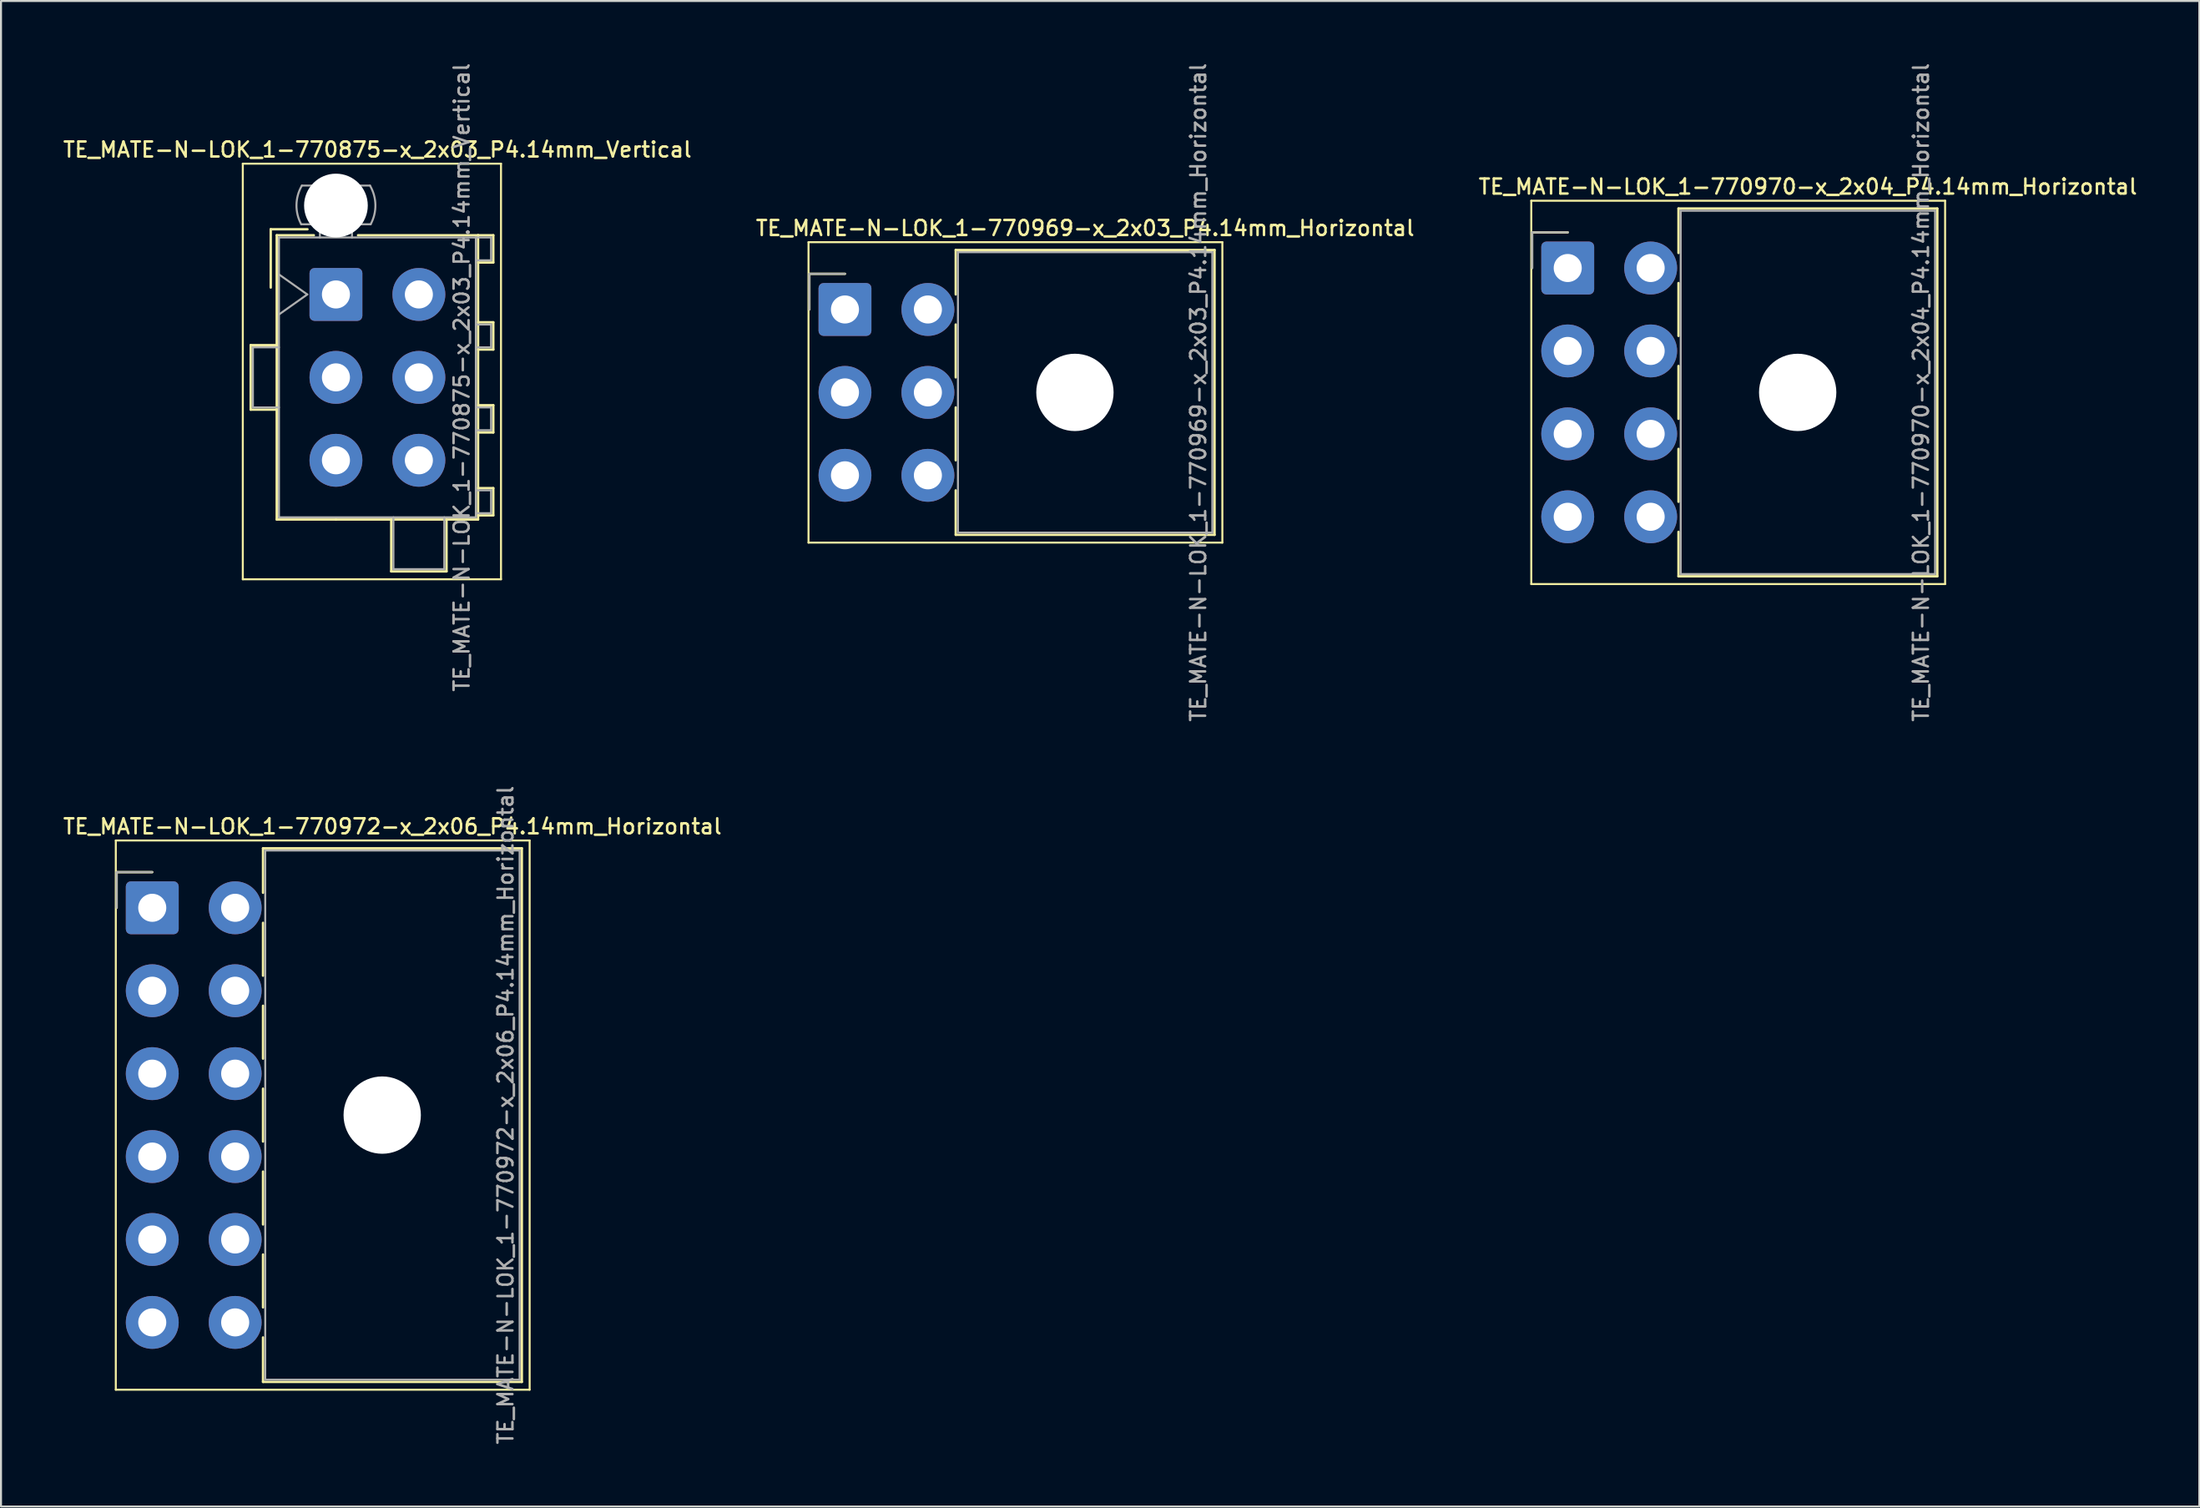
<source format=kicad_pcb>
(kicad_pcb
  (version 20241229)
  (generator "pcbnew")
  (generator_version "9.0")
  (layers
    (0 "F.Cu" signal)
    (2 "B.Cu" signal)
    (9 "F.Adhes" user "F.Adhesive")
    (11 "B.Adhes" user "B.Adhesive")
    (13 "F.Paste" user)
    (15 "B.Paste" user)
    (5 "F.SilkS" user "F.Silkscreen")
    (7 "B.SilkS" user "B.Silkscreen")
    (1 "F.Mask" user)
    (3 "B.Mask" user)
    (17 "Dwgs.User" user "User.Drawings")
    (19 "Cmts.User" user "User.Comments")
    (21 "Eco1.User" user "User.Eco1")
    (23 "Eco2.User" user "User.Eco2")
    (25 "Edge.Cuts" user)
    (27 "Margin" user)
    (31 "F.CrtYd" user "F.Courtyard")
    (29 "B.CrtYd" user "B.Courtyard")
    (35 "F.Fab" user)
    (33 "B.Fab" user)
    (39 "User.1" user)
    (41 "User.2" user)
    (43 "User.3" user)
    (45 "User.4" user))
  (footprint "TE_MATE-N-LOK_1-770972-x_2x06_P4.14mm_Horizontal"
    (layer "F.Cu")
    (at 4.551 42.273)
    (property "Reference" "TE_MATE-N-LOK_1-770972-x_2x06_P4.14mm_Horizontal" (at 11.99 -4.06 0) (layer "F.SilkS") (effects (font (size 0.75 0.75) (thickness 0.125))))
    (attr through_hole)
    (fp_line (start -1.82 -3.36) (end -1.82 24.06) (stroke (width 0.1) (type solid)) (layer "F.SilkS"))
    (fp_line (start -1.82 24.06) (end 18.84 24.06) (stroke (width 0.1) (type solid)) (layer "F.SilkS"))
    (fp_line (start -1.78 -1.78) (end -1.78 0) (stroke (width 0.12) (type solid)) (layer "F.SilkS"))
    (fp_line (start 0 -1.78) (end -1.78 -1.78) (stroke (width 0.12) (type solid)) (layer "F.SilkS"))
    (fp_line (start 5.53 -2.97) (end 18.45 -2.97) (stroke (width 0.12) (type solid)) (layer "F.SilkS"))
    (fp_line (start 5.53 -0.751) (end 5.53 -2.97) (stroke (width 0.12) (type solid)) (layer "F.SilkS"))
    (fp_line (start 5.53 0.751) (end 5.53 3.389) (stroke (width 0.12) (type solid)) (layer "F.SilkS"))
    (fp_line (start 5.53 4.891) (end 5.53 7.529) (stroke (width 0.12) (type solid)) (layer "F.SilkS"))
    (fp_line (start 5.53 9.031) (end 5.53 11.669) (stroke (width 0.12) (type solid)) (layer "F.SilkS"))
    (fp_line (start 5.53 13.171) (end 5.53 15.809) (stroke (width 0.12) (type solid)) (layer "F.SilkS"))
    (fp_line (start 5.53 17.311) (end 5.53 19.949) (stroke (width 0.12) (type solid)) (layer "F.SilkS"))
    (fp_line (start 5.53 23.67) (end 5.53 21.451) (stroke (width 0.12) (type solid)) (layer "F.SilkS"))
    (fp_line (start 18.45 -2.97) (end 18.45 23.67) (stroke (width 0.12) (type solid)) (layer "F.SilkS"))
    (fp_line (start 18.45 23.67) (end 5.53 23.67) (stroke (width 0.12) (type solid)) (layer "F.SilkS"))
    (fp_line (start 18.84 -3.36) (end -1.82 -3.36) (stroke (width 0.1) (type solid)) (layer "F.SilkS"))
    (fp_line (start 18.84 24.06) (end 18.84 -3.36) (stroke (width 0.1) (type solid)) (layer "F.SilkS"))
    (fp_line (start -1.78 -1.78) (end -1.78 0) (stroke (width 0.1) (type solid)) (layer "F.Fab"))
    (fp_line (start 0 -1.78) (end -1.78 -1.78) (stroke (width 0.1) (type solid)) (layer "F.Fab"))
    (fp_line (start 5.64 -2.86) (end 5.64 23.56) (stroke (width 0.1) (type solid)) (layer "F.Fab"))
    (fp_line (start 5.64 23.56) (end 18.34 23.56) (stroke (width 0.1) (type solid)) (layer "F.Fab"))
    (fp_line (start 18.34 -2.86) (end 5.64 -2.86) (stroke (width 0.1) (type solid)) (layer "F.Fab"))
    (fp_line (start 18.34 23.56) (end 18.34 -2.86) (stroke (width 0.1) (type solid)) (layer "F.Fab"))
    (fp_text user "${REFERENCE}" (at 17.64 10.35 90) (layer "F.Fab") (effects (font (size 0.75 0.75) (thickness 0.125))))
    (pad "" np_thru_hole circle (at 11.48 10.35) (size 3.86 3.86) (drill 3.86) (layers "*.Cu" "*.Mask"))
    (pad "1" thru_hole roundrect (at 0 0) (size 2.64 2.64) (drill 1.4) (layers "*.Cu" "*.Mask") (roundrect_rratio 0.095))
    (pad "2" thru_hole circle (at 0 4.14) (size 2.64 2.64) (drill 1.4) (layers "*.Cu" "*.Mask"))
    (pad "3" thru_hole circle (at 0 8.28) (size 2.64 2.64) (drill 1.4) (layers "*.Cu" "*.Mask"))
    (pad "4" thru_hole circle (at 0 12.42) (size 2.64 2.64) (drill 1.4) (layers "*.Cu" "*.Mask"))
    (pad "5" thru_hole circle (at 0 16.56) (size 2.64 2.64) (drill 1.4) (layers "*.Cu" "*.Mask"))
    (pad "6" thru_hole circle (at 0 20.7) (size 2.64 2.64) (drill 1.4) (layers "*.Cu" "*.Mask"))
    (pad "7" thru_hole circle (at 4.14 0) (size 2.64 2.64) (drill 1.4) (layers "*.Cu" "*.Mask"))
    (pad "8" thru_hole circle (at 4.14 4.14) (size 2.64 2.64) (drill 1.4) (layers "*.Cu" "*.Mask"))
    (pad "9" thru_hole circle (at 4.14 8.28) (size 2.64 2.64) (drill 1.4) (layers "*.Cu" "*.Mask"))
    (pad "10" thru_hole circle (at 4.14 12.42) (size 2.64 2.64) (drill 1.4) (layers "*.Cu" "*.Mask"))
    (pad "11" thru_hole circle (at 4.14 16.56) (size 2.64 2.64) (drill 1.4) (layers "*.Cu" "*.Mask"))
    (pad "12" thru_hole circle (at 4.14 20.7) (size 2.64 2.64) (drill 1.4) (layers "*.Cu" "*.Mask")))
  (footprint "TE_MATE-N-LOK_1-770875-x_2x03_P4.14mm_Vertical"
    (layer "F.Cu")
    (at 13.721 11.651)
    (property "Reference" "TE_MATE-N-LOK_1-770875-x_2x03_P4.14mm_Vertical" (at 2.07 -7.23 0) (layer "F.SilkS") (effects (font (size 0.75 0.75) (thickness 0.125))))
    (attr through_hole)
    (fp_line (start -4.65 -6.53) (end -4.65 14.22) (stroke (width 0.1) (type solid)) (layer "F.SilkS"))
    (fp_line (start -4.65 14.22) (end 8.24 14.22) (stroke (width 0.1) (type solid)) (layer "F.SilkS"))
    (fp_line (start -4.255 2.53) (end -4.255 5.75) (stroke (width 0.12) (type solid)) (layer "F.SilkS"))
    (fp_line (start -4.255 5.75) (end -2.955 5.75) (stroke (width 0.12) (type solid)) (layer "F.SilkS"))
    (fp_line (start -3.255 -3.255) (end -3.255 -0.345) (stroke (width 0.12) (type solid)) (layer "F.SilkS"))
    (fp_line (start -2.955 -2.955) (end -2.955 11.235) (stroke (width 0.12) (type solid)) (layer "F.SilkS"))
    (fp_line (start -2.955 2.53) (end -4.255 2.53) (stroke (width 0.12) (type solid)) (layer "F.SilkS"))
    (fp_line (start -2.955 11.235) (end 0 11.235) (stroke (width 0.12) (type solid)) (layer "F.SilkS"))
    (fp_line (start -1.421 -3.255) (end -3.255 -3.255) (stroke (width 0.12) (type solid)) (layer "F.SilkS"))
    (fp_line (start -1.103 -2.955) (end -2.955 -2.955) (stroke (width 0.12) (type solid)) (layer "F.SilkS"))
    (fp_line (start 1.103 -2.955) (end 7.095 -2.955) (stroke (width 0.12) (type solid)) (layer "F.SilkS"))
    (fp_line (start 2.76 11.235) (end 2.76 13.826) (stroke (width 0.12) (type solid)) (layer "F.SilkS"))
    (fp_line (start 2.76 13.826) (end 5.52 13.826) (stroke (width 0.12) (type solid)) (layer "F.SilkS"))
    (fp_line (start 5.52 13.826) (end 5.52 11.235) (stroke (width 0.12) (type solid)) (layer "F.SilkS"))
    (fp_line (start 7.095 -2.955) (end 7.095 11.235) (stroke (width 0.12) (type solid)) (layer "F.SilkS"))
    (fp_line (start 7.095 -2.955) (end 7.855 -2.955) (stroke (width 0.12) (type solid)) (layer "F.SilkS"))
    (fp_line (start 7.095 1.39) (end 7.855 1.39) (stroke (width 0.12) (type solid)) (layer "F.SilkS"))
    (fp_line (start 7.095 5.53) (end 7.855 5.53) (stroke (width 0.12) (type solid)) (layer "F.SilkS"))
    (fp_line (start 7.095 9.67) (end 7.855 9.67) (stroke (width 0.12) (type solid)) (layer "F.SilkS"))
    (fp_line (start 7.095 11.235) (end 0 11.235) (stroke (width 0.12) (type solid)) (layer "F.SilkS"))
    (fp_line (start 7.855 -2.955) (end 7.855 -1.595) (stroke (width 0.12) (type solid)) (layer "F.SilkS"))
    (fp_line (start 7.855 -1.595) (end 7.095 -1.595) (stroke (width 0.12) (type solid)) (layer "F.SilkS"))
    (fp_line (start 7.855 1.39) (end 7.855 2.75) (stroke (width 0.12) (type solid)) (layer "F.SilkS"))
    (fp_line (start 7.855 2.75) (end 7.095 2.75) (stroke (width 0.12) (type solid)) (layer "F.SilkS"))
    (fp_line (start 7.855 5.53) (end 7.855 6.89) (stroke (width 0.12) (type solid)) (layer "F.SilkS"))
    (fp_line (start 7.855 6.89) (end 7.095 6.89) (stroke (width 0.12) (type solid)) (layer "F.SilkS"))
    (fp_line (start 7.855 9.67) (end 7.855 11.03) (stroke (width 0.12) (type solid)) (layer "F.SilkS"))
    (fp_line (start 7.855 11.03) (end 7.095 11.03) (stroke (width 0.12) (type solid)) (layer "F.SilkS"))
    (fp_line (start 8.24 -6.53) (end -4.65 -6.53) (stroke (width 0.1) (type solid)) (layer "F.SilkS"))
    (fp_line (start 8.24 14.22) (end 8.24 -6.53) (stroke (width 0.1) (type solid)) (layer "F.SilkS"))
    (fp_line (start -4.145 2.64) (end -4.145 5.64) (stroke (width 0.1) (type solid)) (layer "F.Fab"))
    (fp_line (start -4.145 5.64) (end -2.845 5.64) (stroke (width 0.1) (type solid)) (layer "F.Fab"))
    (fp_line (start -2.845 -2.845) (end -2.845 11.125) (stroke (width 0.1) (type solid)) (layer "F.Fab"))
    (fp_line (start -2.845 -1) (end -1.431 0) (stroke (width 0.1) (type solid)) (layer "F.Fab"))
    (fp_line (start -2.845 2.64) (end -4.145 2.64) (stroke (width 0.1) (type solid)) (layer "F.Fab"))
    (fp_line (start -2.845 11.125) (end 6.985 11.125) (stroke (width 0.1) (type solid)) (layer "F.Fab"))
    (fp_line (start -1.431 0) (end -2.845 1) (stroke (width 0.1) (type solid)) (layer "F.Fab"))
    (fp_line (start -0.8 -2.845) (end -0.8 -3.505) (stroke (width 0.1) (type solid)) (layer "F.Fab"))
    (fp_line (start 0.8 -2.845) (end 0.8 -3.505) (stroke (width 0.1) (type solid)) (layer "F.Fab"))
    (fp_line (start 1.7 -5.436) (end -1.7 -5.436) (stroke (width 0.1) (type solid)) (layer "F.Fab"))
    (fp_line (start 1.734 -3.505) (end -1.734 -3.505) (stroke (width 0.1) (type solid)) (layer "F.Fab"))
    (fp_line (start 2.87 11.125) (end 2.87 13.716) (stroke (width 0.1) (type solid)) (layer "F.Fab"))
    (fp_line (start 2.87 13.716) (end 5.41 13.716) (stroke (width 0.1) (type solid)) (layer "F.Fab"))
    (fp_line (start 5.41 13.716) (end 5.41 11.125) (stroke (width 0.1) (type solid)) (layer "F.Fab"))
    (fp_line (start 6.985 -2.845) (end -2.845 -2.845) (stroke (width 0.1) (type solid)) (layer "F.Fab"))
    (fp_line (start 6.985 -2.845) (end 7.745 -2.845) (stroke (width 0.1) (type solid)) (layer "F.Fab"))
    (fp_line (start 6.985 1.5) (end 7.745 1.5) (stroke (width 0.1) (type solid)) (layer "F.Fab"))
    (fp_line (start 6.985 5.64) (end 7.745 5.64) (stroke (width 0.1) (type solid)) (layer "F.Fab"))
    (fp_line (start 6.985 9.78) (end 7.745 9.78) (stroke (width 0.1) (type solid)) (layer "F.Fab"))
    (fp_line (start 6.985 11.125) (end 6.985 -2.845) (stroke (width 0.1) (type solid)) (layer "F.Fab"))
    (fp_line (start 7.745 -2.845) (end 7.745 -1.705) (stroke (width 0.1) (type solid)) (layer "F.Fab"))
    (fp_line (start 7.745 -1.705) (end 6.985 -1.705) (stroke (width 0.1) (type solid)) (layer "F.Fab"))
    (fp_line (start 7.745 1.5) (end 7.745 2.64) (stroke (width 0.1) (type solid)) (layer "F.Fab"))
    (fp_line (start 7.745 2.64) (end 6.985 2.64) (stroke (width 0.1) (type solid)) (layer "F.Fab"))
    (fp_line (start 7.745 5.64) (end 7.745 6.78) (stroke (width 0.1) (type solid)) (layer "F.Fab"))
    (fp_line (start 7.745 6.78) (end 6.985 6.78) (stroke (width 0.1) (type solid)) (layer "F.Fab"))
    (fp_line (start 7.745 9.78) (end 7.745 10.92) (stroke (width 0.1) (type solid)) (layer "F.Fab"))
    (fp_line (start 7.745 10.92) (end 6.985 10.92) (stroke (width 0.1) (type solid)) (layer "F.Fab"))
    (fp_arc (start -1.733977 -3.505) (mid -1.96969 -4.474992) (end -1.699672 -5.436) (stroke (width 0.1) (type solid)) (layer "F.Fab"))
    (fp_arc (start 1.699672 -5.436) (mid 1.969689 -4.474992) (end 1.733977 -3.505) (stroke (width 0.1) (type solid)) (layer "F.Fab"))
    (fp_text user "${REFERENCE}" (at 6.28 4.14 90) (layer "F.Fab") (effects (font (size 0.75 0.75) (thickness 0.125))))
    (pad "" np_thru_hole circle (at 0 -4.44) (size 3.18 3.18) (drill 3.18) (layers "*.Cu" "*.Mask"))
    (pad "1" thru_hole roundrect (at 0 0) (size 2.64 2.64) (drill 1.4) (layers "*.Cu" "*.Mask") (roundrect_rratio 0.095))
    (pad "2" thru_hole circle (at 0 4.14) (size 2.64 2.64) (drill 1.4) (layers "*.Cu" "*.Mask"))
    (pad "3" thru_hole circle (at 0 8.28) (size 2.64 2.64) (drill 1.4) (layers "*.Cu" "*.Mask"))
    (pad "4" thru_hole circle (at 4.14 0) (size 2.64 2.64) (drill 1.4) (layers "*.Cu" "*.Mask"))
    (pad "5" thru_hole circle (at 4.14 4.14) (size 2.64 2.64) (drill 1.4) (layers "*.Cu" "*.Mask"))
    (pad "6" thru_hole circle (at 4.14 8.28) (size 2.64 2.64) (drill 1.4) (layers "*.Cu" "*.Mask")))
  (footprint "TE_MATE-N-LOK_1-770969-x_2x03_P4.14mm_Horizontal"
    (layer "F.Cu")
    (at 39.133 12.401)
    (property "Reference" "TE_MATE-N-LOK_1-770969-x_2x03_P4.14mm_Horizontal" (at 11.99 -4.06 0) (layer "F.SilkS") (effects (font (size 0.75 0.75) (thickness 0.125))))
    (attr through_hole)
    (fp_line (start -1.82 -3.36) (end -1.82 11.64) (stroke (width 0.1) (type solid)) (layer "F.SilkS"))
    (fp_line (start -1.82 11.64) (end 18.84 11.64) (stroke (width 0.1) (type solid)) (layer "F.SilkS"))
    (fp_line (start -1.78 -1.78) (end -1.78 0) (stroke (width 0.12) (type solid)) (layer "F.SilkS"))
    (fp_line (start 0 -1.78) (end -1.78 -1.78) (stroke (width 0.12) (type solid)) (layer "F.SilkS"))
    (fp_line (start 5.53 -2.97) (end 18.45 -2.97) (stroke (width 0.12) (type solid)) (layer "F.SilkS"))
    (fp_line (start 5.53 -0.751) (end 5.53 -2.97) (stroke (width 0.12) (type solid)) (layer "F.SilkS"))
    (fp_line (start 5.53 0.751) (end 5.53 3.389) (stroke (width 0.12) (type solid)) (layer "F.SilkS"))
    (fp_line (start 5.53 4.891) (end 5.53 7.529) (stroke (width 0.12) (type solid)) (layer "F.SilkS"))
    (fp_line (start 5.53 11.25) (end 5.53 9.031) (stroke (width 0.12) (type solid)) (layer "F.SilkS"))
    (fp_line (start 18.45 -2.97) (end 18.45 11.25) (stroke (width 0.12) (type solid)) (layer "F.SilkS"))
    (fp_line (start 18.45 11.25) (end 5.53 11.25) (stroke (width 0.12) (type solid)) (layer "F.SilkS"))
    (fp_line (start 18.84 -3.36) (end -1.82 -3.36) (stroke (width 0.1) (type solid)) (layer "F.SilkS"))
    (fp_line (start 18.84 11.64) (end 18.84 -3.36) (stroke (width 0.1) (type solid)) (layer "F.SilkS"))
    (fp_line (start -1.78 -1.78) (end -1.78 0) (stroke (width 0.1) (type solid)) (layer "F.Fab"))
    (fp_line (start 0 -1.78) (end -1.78 -1.78) (stroke (width 0.1) (type solid)) (layer "F.Fab"))
    (fp_line (start 5.64 -2.86) (end 5.64 11.14) (stroke (width 0.1) (type solid)) (layer "F.Fab"))
    (fp_line (start 5.64 11.14) (end 18.34 11.14) (stroke (width 0.1) (type solid)) (layer "F.Fab"))
    (fp_line (start 18.34 -2.86) (end 5.64 -2.86) (stroke (width 0.1) (type solid)) (layer "F.Fab"))
    (fp_line (start 18.34 11.14) (end 18.34 -2.86) (stroke (width 0.1) (type solid)) (layer "F.Fab"))
    (fp_text user "${REFERENCE}" (at 17.64 4.14 90) (layer "F.Fab") (effects (font (size 0.75 0.75) (thickness 0.125))))
    (pad "" np_thru_hole circle (at 11.48 4.14) (size 3.86 3.86) (drill 3.86) (layers "*.Cu" "*.Mask"))
    (pad "1" thru_hole roundrect (at 0 0) (size 2.64 2.64) (drill 1.4) (layers "*.Cu" "*.Mask") (roundrect_rratio 0.095))
    (pad "2" thru_hole circle (at 0 4.14) (size 2.64 2.64) (drill 1.4) (layers "*.Cu" "*.Mask"))
    (pad "3" thru_hole circle (at 0 8.28) (size 2.64 2.64) (drill 1.4) (layers "*.Cu" "*.Mask"))
    (pad "4" thru_hole circle (at 4.14 0) (size 2.64 2.64) (drill 1.4) (layers "*.Cu" "*.Mask"))
    (pad "5" thru_hole circle (at 4.14 4.14) (size 2.64 2.64) (drill 1.4) (layers "*.Cu" "*.Mask"))
    (pad "6" thru_hole circle (at 4.14 8.28) (size 2.64 2.64) (drill 1.4) (layers "*.Cu" "*.Mask")))
  (footprint "TE_MATE-N-LOK_1-770970-x_2x04_P4.14mm_Horizontal"
    (layer "F.Cu")
    (at 75.215 10.331)
    (property "Reference" "TE_MATE-N-LOK_1-770970-x_2x04_P4.14mm_Horizontal" (at 11.99 -4.06 0) (layer "F.SilkS") (effects (font (size 0.75 0.75) (thickness 0.125))))
    (attr through_hole)
    (fp_line (start -1.82 -3.36) (end -1.82 15.78) (stroke (width 0.1) (type solid)) (layer "F.SilkS"))
    (fp_line (start -1.82 15.78) (end 18.84 15.78) (stroke (width 0.1) (type solid)) (layer "F.SilkS"))
    (fp_line (start -1.78 -1.78) (end -1.78 0) (stroke (width 0.12) (type solid)) (layer "F.SilkS"))
    (fp_line (start 0 -1.78) (end -1.78 -1.78) (stroke (width 0.12) (type solid)) (layer "F.SilkS"))
    (fp_line (start 5.53 -2.97) (end 18.45 -2.97) (stroke (width 0.12) (type solid)) (layer "F.SilkS"))
    (fp_line (start 5.53 -0.751) (end 5.53 -2.97) (stroke (width 0.12) (type solid)) (layer "F.SilkS"))
    (fp_line (start 5.53 0.751) (end 5.53 3.389) (stroke (width 0.12) (type solid)) (layer "F.SilkS"))
    (fp_line (start 5.53 4.891) (end 5.53 7.529) (stroke (width 0.12) (type solid)) (layer "F.SilkS"))
    (fp_line (start 5.53 9.031) (end 5.53 11.669) (stroke (width 0.12) (type solid)) (layer "F.SilkS"))
    (fp_line (start 5.53 15.39) (end 5.53 13.171) (stroke (width 0.12) (type solid)) (layer "F.SilkS"))
    (fp_line (start 18.45 -2.97) (end 18.45 15.39) (stroke (width 0.12) (type solid)) (layer "F.SilkS"))
    (fp_line (start 18.45 15.39) (end 5.53 15.39) (stroke (width 0.12) (type solid)) (layer "F.SilkS"))
    (fp_line (start 18.84 -3.36) (end -1.82 -3.36) (stroke (width 0.1) (type solid)) (layer "F.SilkS"))
    (fp_line (start 18.84 15.78) (end 18.84 -3.36) (stroke (width 0.1) (type solid)) (layer "F.SilkS"))
    (fp_line (start -1.78 -1.78) (end -1.78 0) (stroke (width 0.1) (type solid)) (layer "F.Fab"))
    (fp_line (start 0 -1.78) (end -1.78 -1.78) (stroke (width 0.1) (type solid)) (layer "F.Fab"))
    (fp_line (start 5.64 -2.86) (end 5.64 15.28) (stroke (width 0.1) (type solid)) (layer "F.Fab"))
    (fp_line (start 5.64 15.28) (end 18.34 15.28) (stroke (width 0.1) (type solid)) (layer "F.Fab"))
    (fp_line (start 18.34 -2.86) (end 5.64 -2.86) (stroke (width 0.1) (type solid)) (layer "F.Fab"))
    (fp_line (start 18.34 15.28) (end 18.34 -2.86) (stroke (width 0.1) (type solid)) (layer "F.Fab"))
    (fp_text user "${REFERENCE}" (at 17.64 6.21 90) (layer "F.Fab") (effects (font (size 0.75 0.75) (thickness 0.125))))
    (pad "" np_thru_hole circle (at 11.48 6.21) (size 3.86 3.86) (drill 3.86) (layers "*.Cu" "*.Mask"))
    (pad "1" thru_hole roundrect (at 0 0) (size 2.64 2.64) (drill 1.4) (layers "*.Cu" "*.Mask") (roundrect_rratio 0.095))
    (pad "2" thru_hole circle (at 0 4.14) (size 2.64 2.64) (drill 1.4) (layers "*.Cu" "*.Mask"))
    (pad "3" thru_hole circle (at 0 8.28) (size 2.64 2.64) (drill 1.4) (layers "*.Cu" "*.Mask"))
    (pad "4" thru_hole circle (at 0 12.42) (size 2.64 2.64) (drill 1.4) (layers "*.Cu" "*.Mask"))
    (pad "5" thru_hole circle (at 4.14 0) (size 2.64 2.64) (drill 1.4) (layers "*.Cu" "*.Mask"))
    (pad "6" thru_hole circle (at 4.14 4.14) (size 2.64 2.64) (drill 1.4) (layers "*.Cu" "*.Mask"))
    (pad "7" thru_hole circle (at 4.14 8.28) (size 2.64 2.64) (drill 1.4) (layers "*.Cu" "*.Mask"))
    (pad "8" thru_hole circle (at 4.14 12.42) (size 2.64 2.64) (drill 1.4) (layers "*.Cu" "*.Mask")))
  (gr_rect
    (start -3 -3)
    (end 106.746 72.164)
    (stroke (width 0.1) (type default))
    (fill no)
    (layer "Edge.Cuts")))
</source>
